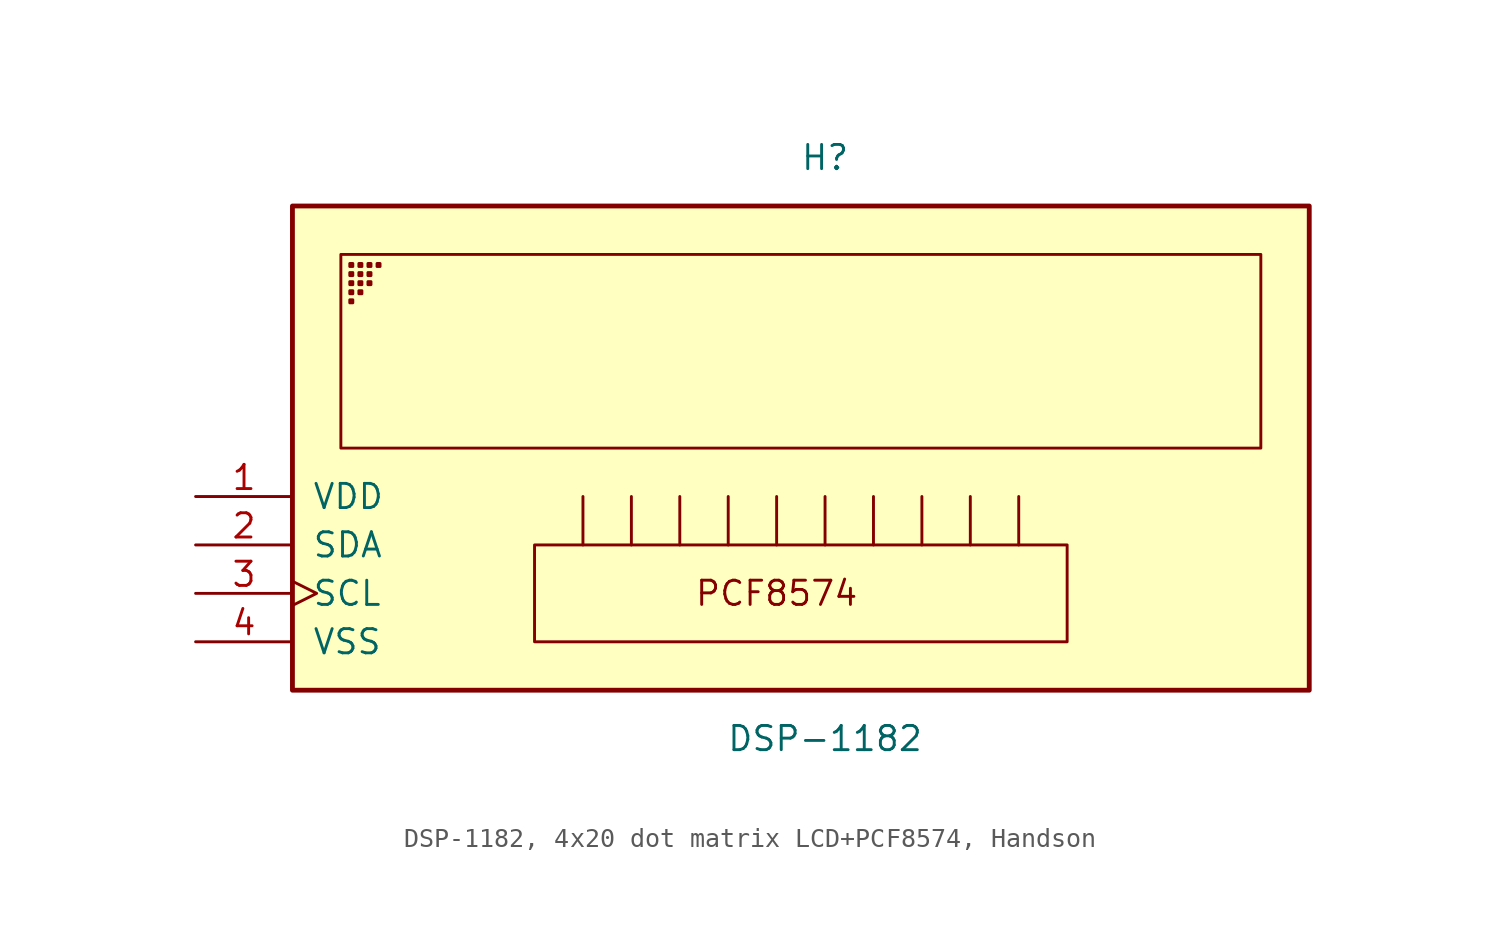
<source format=kicad_sym>
(kicad_symbol_lib
  (version 20241209)
  (generator "kicad_symbol_editor")
  (generator_version "9.0")
  (symbol "DSP-1182, 4x20 dot matrix LCD+PCF8574, Handson"
    (pin_names
      (offset 1.016))
    (property "Reference" "H"
      (at 0 10.16 0)
      (effects (font (size 1.27 1.27))))
    (property "Value" "DSP-1182"
      (at 0 -20.32 0)
      (effects (font (size 1.27 1.27))))
    (symbol "DSP-1182, 4x20 dot matrix LCD+PCF8574, Handson_0_1"
      (rectangle (start -27.94 7.62) (end 25.4 -17.78) (stroke (width 0.254) (type default)) (fill (type background)))
      (rectangle (start -25.4 -5.08) (end 22.86 5.08) (stroke (width 0) (type default)) (fill (type none)))
      (rectangle (start -24.932 4.446) (end -24.773 4.605) (stroke (width 0) (type default)) (fill (type none)))
      (rectangle (start -24.932 3.97) (end -24.773 4.129) (stroke (width 0) (type default)) (fill (type none)))
      (rectangle (start -24.932 3.494) (end -24.773 3.652) (stroke (width 0) (type default)) (fill (type none)))
      (rectangle (start -24.932 3.017) (end -24.773 3.176) (stroke (width 0) (type default)) (fill (type none)))
      (rectangle (start -24.932 2.541) (end -24.773 2.7) (stroke (width 0) (type default)) (fill (type none)))
      (rectangle (start -24.455 4.446) (end -24.296 4.605) (stroke (width 0) (type default)) (fill (type none)))
      (rectangle (start -24.455 3.97) (end -24.296 4.129) (stroke (width 0) (type default)) (fill (type none)))
      (rectangle (start -24.455 3.494) (end -24.296 3.652) (stroke (width 0) (type default)) (fill (type none)))
      (rectangle (start -24.455 3.017) (end -24.296 3.176) (stroke (width 0) (type default)) (fill (type none)))
      (rectangle (start -23.979 4.446) (end -23.82 4.605) (stroke (width 0) (type default)) (fill (type none)))
      (rectangle (start -23.979 3.97) (end -23.82 4.129) (stroke (width 0) (type default)) (fill (type none)))
      (rectangle (start -23.979 3.494) (end -23.82 3.652) (stroke (width 0) (type default)) (fill (type none)))
      (rectangle (start -23.502 4.446) (end -23.344 4.605) (stroke (width 0) (type default)) (fill (type none)))
      (rectangle (start -15.24 -10.16) (end 12.7 -15.24) (stroke (width 0) (type default)) (fill (type none)))
      (polyline (pts (xy -12.7 -7.62) (xy -12.7 -10.16)) (stroke (width 0) (type default)) (fill (type none)))
      (polyline (pts (xy -10.16 -7.62) (xy -10.16 -10.16)) (stroke (width 0) (type default)) (fill (type none)))
      (polyline (pts (xy -7.62 -7.62) (xy -7.62 -10.16)) (stroke (width 0) (type default)) (fill (type none)))
      (polyline (pts (xy -5.08 -7.62) (xy -5.08 -10.16)) (stroke (width 0) (type default)) (fill (type none)))
      (polyline (pts (xy -2.54 -7.62) (xy -2.54 -10.16)) (stroke (width 0) (type default)) (fill (type none)))
      (polyline (pts (xy 0 -7.62) (xy 0 -10.16)) (stroke (width 0) (type default)) (fill (type none)))
      (polyline (pts (xy 2.54 -7.62) (xy 2.54 -10.16)) (stroke (width 0) (type default)) (fill (type none)))
      (polyline (pts (xy 5.08 -7.62) (xy 5.08 -10.16)) (stroke (width 0) (type default)) (fill (type none)))
      (polyline (pts (xy 7.62 -7.62) (xy 7.62 -10.16)) (stroke (width 0) (type default)) (fill (type none)))
      (polyline (pts (xy 10.16 -7.62) (xy 10.16 -10.16)) (stroke (width 0) (type default)) (fill (type none))))
    (symbol "DSP-1182, 4x20 dot matrix LCD+PCF8574, Handson_1_1"
      (text "PCF8574" (at -2.54 -12.7 0) (effects (font (size 1.27 1.27))))
      (pin power_in line (at -33.02 -7.62 0) (length 5.08) (name "VDD" (effects (font (size 1.27 1.27)))) (number "1" (effects (font (size 1.27 1.27)))))
      (pin bidirectional line (at -33.02 -10.16 0) (length 5.08) (name "SDA" (effects (font (size 1.27 1.27)))) (number "2" (effects (font (size 1.27 1.27)))))
      (pin input clock (at -33.02 -12.7 0) (length 5.08) (name "SCL" (effects (font (size 1.27 1.27)))) (number "3" (effects (font (size 1.27 1.27)))))
      (pin power_in line (at -33.02 -15.24 0) (length 5.08) (name "VSS" (effects (font (size 1.27 1.27)))) (number "4" (effects (font (size 1.27 1.27))))))))
</source>
